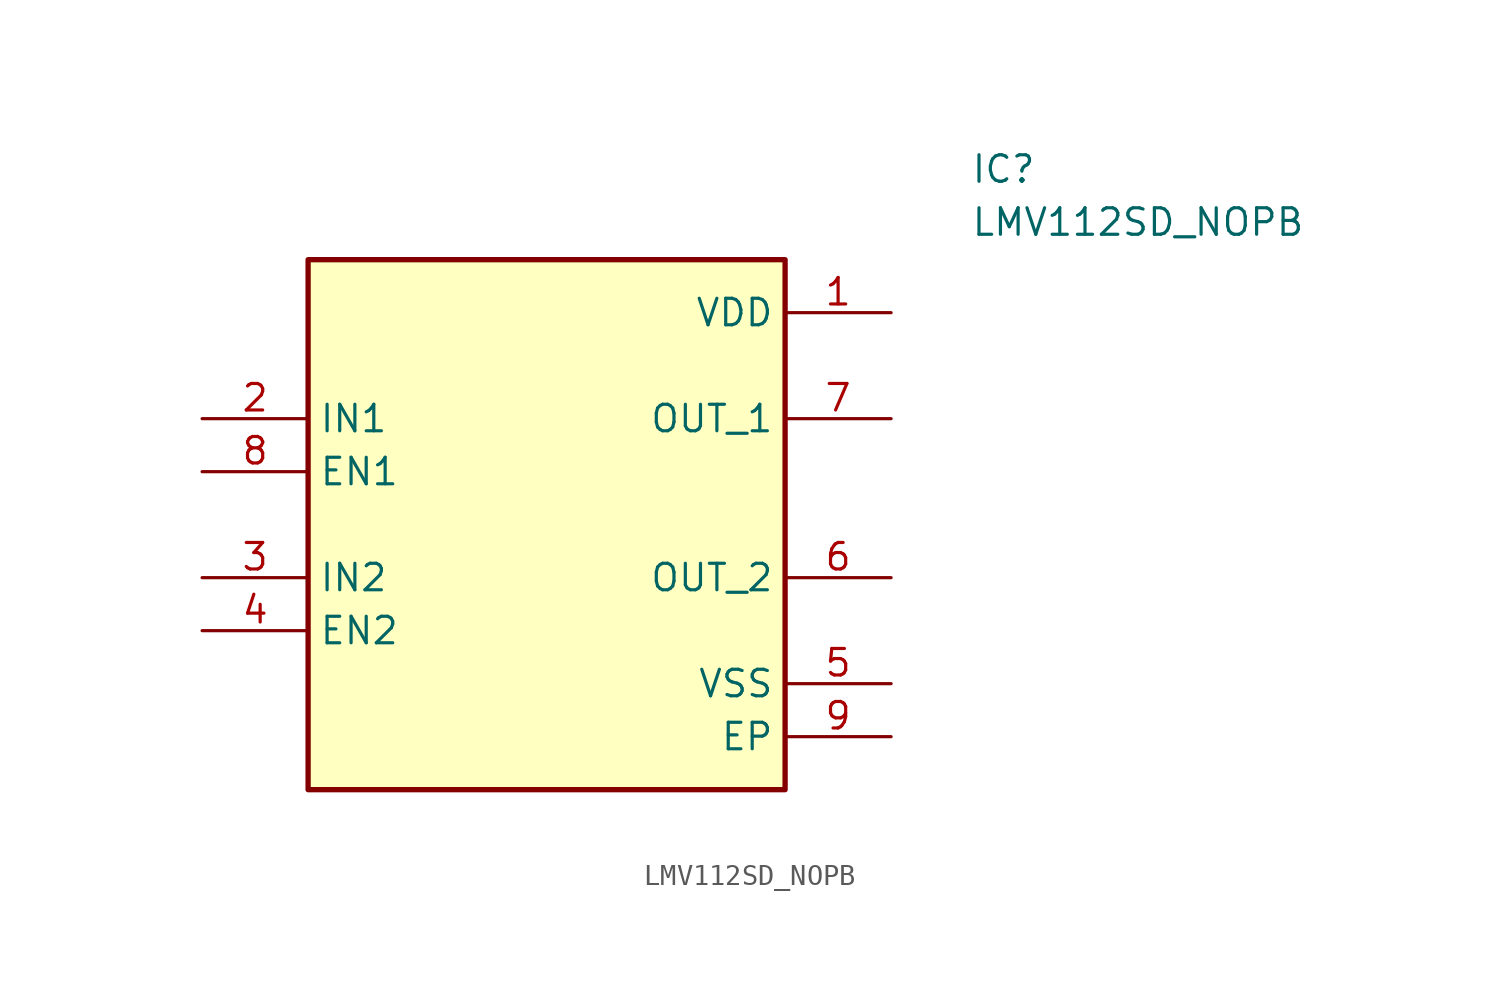
<source format=kicad_sym>
(kicad_symbol_lib
  (version 20231120)
  (generator "kicad_symbol_editor")
  (generator_version "8.0")
  (symbol "LMV112SD_NOPB"
    (property "Reference" "IC"
      (at 36.83 7.62 0)
      (effects (font (size 1.27 1.27)) (justify left top)))
    (property "Value" "LMV112SD_NOPB"
      (at 36.83 5.08 0)
      (effects (font (size 1.27 1.27)) (justify left top)))
    (symbol "LMV112SD_NOPB_1_1"
      (rectangle (start 5.08 2.54) (end 27.94 -22.86) (stroke (width 0.254) (type default)) (fill (type background)))
      (pin passive line (at 33.02 0 180) (length 5.08) (name "VDD" (effects (font (size 1.27 1.27)))) (number "1" (effects (font (size 1.27 1.27)))))
      (pin passive line (at 0 -5.08 0) (length 5.08) (name "IN1" (effects (font (size 1.27 1.27)))) (number "2" (effects (font (size 1.27 1.27)))))
      (pin passive line (at 0 -12.7 0) (length 5.08) (name "IN2" (effects (font (size 1.27 1.27)))) (number "3" (effects (font (size 1.27 1.27)))))
      (pin passive line (at 0 -15.24 0) (length 5.08) (name "EN2" (effects (font (size 1.27 1.27)))) (number "4" (effects (font (size 1.27 1.27)))))
      (pin passive line (at 33.02 -17.78 180) (length 5.08) (name "VSS" (effects (font (size 1.27 1.27)))) (number "5" (effects (font (size 1.27 1.27)))))
      (pin passive line (at 33.02 -12.7 180) (length 5.08) (name "OUT_2" (effects (font (size 1.27 1.27)))) (number "6" (effects (font (size 1.27 1.27)))))
      (pin passive line (at 33.02 -5.08 180) (length 5.08) (name "OUT_1" (effects (font (size 1.27 1.27)))) (number "7" (effects (font (size 1.27 1.27)))))
      (pin passive line (at 0 -7.62 0) (length 5.08) (name "EN1" (effects (font (size 1.27 1.27)))) (number "8" (effects (font (size 1.27 1.27)))))
      (pin passive line (at 33.02 -20.32 180) (length 5.08) (name "EP" (effects (font (size 1.27 1.27)))) (number "9" (effects (font (size 1.27 1.27))))))))
</source>
